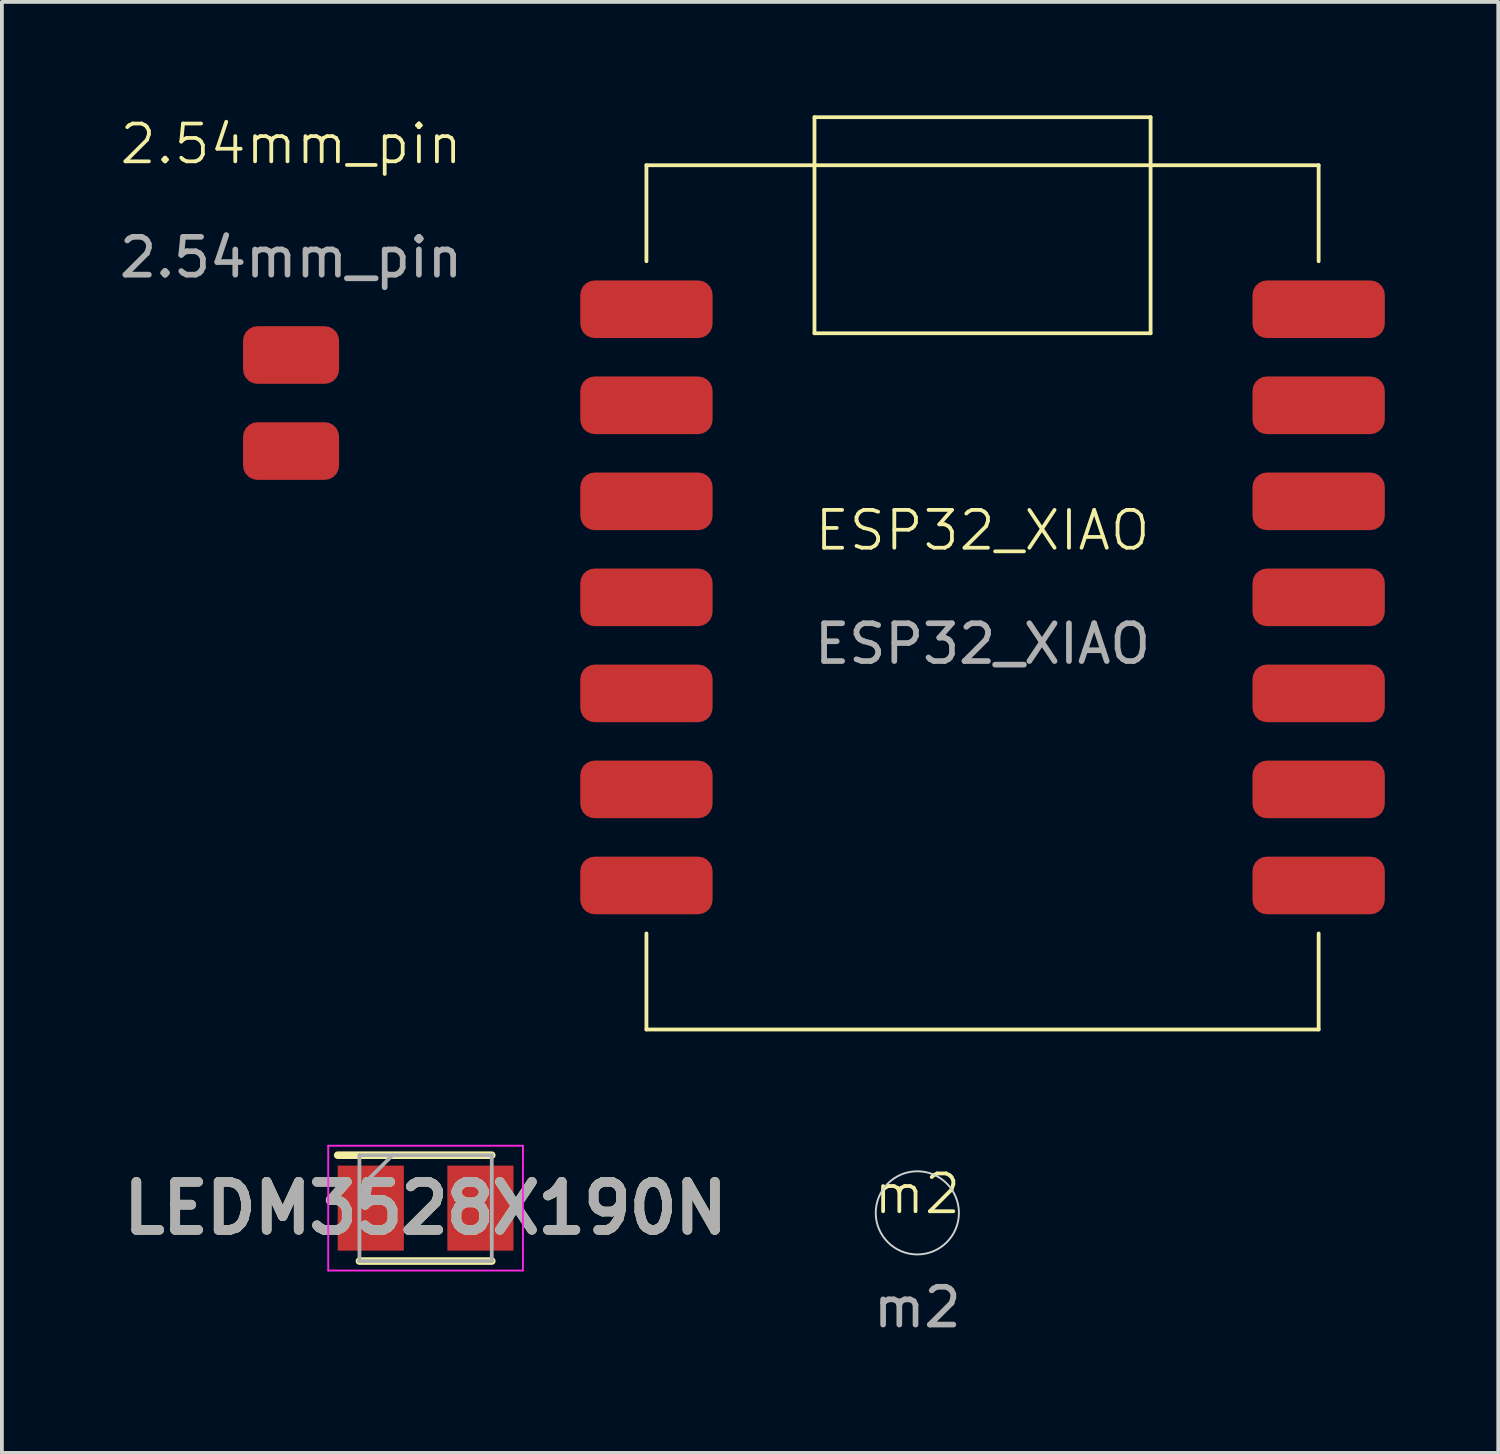
<source format=kicad_pcb>
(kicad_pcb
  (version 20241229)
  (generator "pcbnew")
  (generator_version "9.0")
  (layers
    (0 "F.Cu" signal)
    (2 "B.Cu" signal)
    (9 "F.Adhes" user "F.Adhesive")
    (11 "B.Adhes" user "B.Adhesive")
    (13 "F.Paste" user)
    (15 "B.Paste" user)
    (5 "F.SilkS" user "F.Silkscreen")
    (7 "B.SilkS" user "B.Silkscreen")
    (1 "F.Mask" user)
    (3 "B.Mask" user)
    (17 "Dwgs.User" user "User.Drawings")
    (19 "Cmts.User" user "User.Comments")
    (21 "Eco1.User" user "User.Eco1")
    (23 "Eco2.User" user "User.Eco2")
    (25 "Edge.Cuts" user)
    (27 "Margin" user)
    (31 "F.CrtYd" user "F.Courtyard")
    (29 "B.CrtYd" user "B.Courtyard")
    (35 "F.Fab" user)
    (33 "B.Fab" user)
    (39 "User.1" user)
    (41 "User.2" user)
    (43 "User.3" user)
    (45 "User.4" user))
  (footprint "LEDM3528X190N"
    (layer "F.Cu")
    (at 8.207 28.905)
    (property "Reference" "LEDM3528X190N" (at 0 0 0) (layer "F.SilkS") (effects (font (size 1.27 1.27) (thickness 0.254))))
    (attr smd)
    (fp_line (start -1.75 1.4) (end 1.75 1.4) (stroke (width 0.2) (type solid)) (layer "F.SilkS"))
    (fp_line (start 1.75 -1.4) (end -2.325 -1.4) (stroke (width 0.2) (type solid)) (layer "F.SilkS"))
    (fp_line (start -2.575 -1.65) (end 2.575 -1.65) (stroke (width 0.05) (type solid)) (layer "F.CrtYd"))
    (fp_line (start -2.575 1.65) (end -2.575 -1.65) (stroke (width 0.05) (type solid)) (layer "F.CrtYd"))
    (fp_line (start 2.575 -1.65) (end 2.575 1.65) (stroke (width 0.05) (type solid)) (layer "F.CrtYd"))
    (fp_line (start 2.575 1.65) (end -2.575 1.65) (stroke (width 0.05) (type solid)) (layer "F.CrtYd"))
    (fp_line (start -1.75 -1.4) (end 1.75 -1.4) (stroke (width 0.1) (type solid)) (layer "F.Fab"))
    (fp_line (start -1.75 -0.525) (end -0.875 -1.4) (stroke (width 0.1) (type solid)) (layer "F.Fab"))
    (fp_line (start -1.75 1.4) (end -1.75 -1.4) (stroke (width 0.1) (type solid)) (layer "F.Fab"))
    (fp_line (start 1.75 -1.4) (end 1.75 1.4) (stroke (width 0.1) (type solid)) (layer "F.Fab"))
    (fp_line (start 1.75 1.4) (end -1.75 1.4) (stroke (width 0.1) (type solid)) (layer "F.Fab"))
    (fp_text user "${REFERENCE}" (at 0 0 0) (layer "F.Fab") (effects (font (size 1.27 1.27) (thickness 0.254))))
    (pad "1" smd rect (at -1.45 0) (size 1.75 2.25) (layers "F.Cu" "F.Mask" "F.Paste"))
    (pad "2" smd rect (at 1.45 0) (size 1.75 2.25) (layers "F.Cu" "F.Mask" "F.Paste")))
  (footprint "ESP32_XIAO"
    (layer "F.Cu")
    (at 22.938 11.48)
    (property "Reference" "ESP32_XIAO" (at 0 -0.5 0) (unlocked yes) (layer "F.SilkS") (effects (font (size 1 1) (thickness 0.1))))
    (attr smd)
    (fp_line (start -8.89 -10.16) (end -8.89 -7.62) (stroke (width 0.1) (type default)) (layer "F.SilkS"))
    (fp_line (start -8.89 -10.16) (end 8.89 -10.16) (stroke (width 0.1) (type default)) (layer "F.SilkS"))
    (fp_line (start -8.89 10.16) (end -8.89 12.7) (stroke (width 0.1) (type default)) (layer "F.SilkS"))
    (fp_line (start -8.89 12.7) (end 8.89 12.7) (stroke (width 0.1) (type default)) (layer "F.SilkS"))
    (fp_line (start -4.445 -11.43) (end 4.445 -11.43) (stroke (width 0.1) (type default)) (layer "F.SilkS"))
    (fp_line (start -4.445 -10.16) (end -4.445 -11.43) (stroke (width 0.1) (type default)) (layer "F.SilkS"))
    (fp_line (start -4.445 -10.16) (end -4.445 -5.715) (stroke (width 0.1) (type default)) (layer "F.SilkS"))
    (fp_line (start -4.445 -5.715) (end 4.445 -5.715) (stroke (width 0.1) (type default)) (layer "F.SilkS"))
    (fp_line (start 4.445 -11.43) (end 4.445 -10.16) (stroke (width 0.1) (type default)) (layer "F.SilkS"))
    (fp_line (start 4.445 -5.715) (end 4.445 -10.16) (stroke (width 0.1) (type default)) (layer "F.SilkS"))
    (fp_line (start 8.89 -10.16) (end 8.89 -7.62) (stroke (width 0.1) (type default)) (layer "F.SilkS"))
    (fp_line (start 8.89 12.7) (end 8.89 10.16) (stroke (width 0.1) (type default)) (layer "F.SilkS"))
    (fp_line (start -8.89 -10.16) (end -8.89 12.7) (stroke (width 0.1) (type default)) (layer "Margin"))
    (fp_line (start -8.89 -10.16) (end -4.445 -10.16) (stroke (width 0.1) (type default)) (layer "Margin"))
    (fp_line (start -8.89 12.7) (end 8.89 12.7) (stroke (width 0.1) (type default)) (layer "Margin"))
    (fp_line (start -4.445 -11.43) (end 4.445 -11.43) (stroke (width 0.1) (type default)) (layer "Margin"))
    (fp_line (start -4.445 -10.16) (end -4.445 -11.43) (stroke (width 0.1) (type default)) (layer "Margin"))
    (fp_line (start 4.445 -11.43) (end 4.445 -10.16) (stroke (width 0.1) (type default)) (layer "Margin"))
    (fp_line (start 4.445 -10.16) (end 8.89 -10.16) (stroke (width 0.1) (type default)) (layer "Margin"))
    (fp_line (start 8.89 12.7) (end 8.89 -10.16) (stroke (width 0.1) (type default)) (layer "Margin"))
    (fp_text user "${REFERENCE}" (at 0 2.5 0) (unlocked yes) (layer "F.Fab") (effects (font (size 1 1) (thickness 0.15))))
    (pad "1" smd roundrect (at 8.89 -6.35) (size 3.5 1.524) (layers "F.Cu" "F.Mask" "F.Paste") (roundrect_rratio 0.25))
    (pad "2" smd roundrect (at 8.89 -3.81) (size 3.5 1.524) (layers "F.Cu" "F.Mask" "F.Paste") (roundrect_rratio 0.25))
    (pad "3" smd roundrect (at 8.89 -1.27) (size 3.5 1.524) (layers "F.Cu" "F.Mask" "F.Paste") (roundrect_rratio 0.25))
    (pad "4" smd roundrect (at 8.89 1.27) (size 3.5 1.524) (layers "F.Cu" "F.Mask" "F.Paste") (roundrect_rratio 0.25))
    (pad "5" smd roundrect (at 8.89 3.81) (size 3.5 1.524) (layers "F.Cu" "F.Mask" "F.Paste") (roundrect_rratio 0.25))
    (pad "6" smd roundrect (at 8.89 6.35) (size 3.5 1.524) (layers "F.Cu" "F.Mask" "F.Paste") (roundrect_rratio 0.25))
    (pad "7" smd roundrect (at 8.89 8.89) (size 3.5 1.524) (layers "F.Cu" "F.Mask" "F.Paste") (roundrect_rratio 0.25))
    (pad "8" smd roundrect (at -8.89 -6.35) (size 3.5 1.524) (layers "F.Cu" "F.Mask" "F.Paste") (roundrect_rratio 0.25))
    (pad "9" smd roundrect (at -8.89 -3.81) (size 3.5 1.524) (layers "F.Cu" "F.Mask" "F.Paste") (roundrect_rratio 0.25))
    (pad "10" smd roundrect (at -8.89 -1.27) (size 3.5 1.524) (layers "F.Cu" "F.Mask" "F.Paste") (roundrect_rratio 0.25))
    (pad "11" smd roundrect (at -8.89 1.27) (size 3.5 1.524) (layers "F.Cu" "F.Mask" "F.Paste") (roundrect_rratio 0.25))
    (pad "12" smd roundrect (at -8.89 3.81) (size 3.5 1.524) (layers "F.Cu" "F.Mask" "F.Paste") (roundrect_rratio 0.25))
    (pad "13" smd roundrect (at -8.89 6.35) (size 3.5 1.524) (layers "F.Cu" "F.Mask" "F.Paste") (roundrect_rratio 0.25))
    (pad "14" smd roundrect (at -8.89 8.89) (size 3.5 1.524) (layers "F.Cu" "F.Mask" "F.Paste") (roundrect_rratio 0.25)))
  (footprint "m2"
    (layer "F.Cu")
    (at 21.213 29.03)
    (property "Reference" "m2" (at 0 -0.5 0) (unlocked yes) (layer "F.SilkS") (effects (font (size 1 1) (thickness 0.1))))
    (attr through_hole)
    (fp_circle (center 0 0) (end 1.1 0) (stroke (width 0.05) (type default)) (fill no) (layer "Edge.Cuts"))
    (fp_circle (center 0 0) (end 1.75 0) (stroke (width 0.1) (type default)) (fill no) (layer "Margin"))
    (fp_text user "${REFERENCE}" (at 0 2.5 0) (unlocked yes) (layer "F.Fab") (effects (font (size 1 1) (thickness 0.15)))))
  (footprint "2.54mm_pin"
    (layer "F.Cu")
    (at 4.649 1.26)
    (property "Reference" "2.54mm_pin" (at 0 -0.5 0) (unlocked yes) (layer "F.SilkS") (effects (font (size 1 1) (thickness 0.1))))
    (attr smd)
    (fp_text user "${REFERENCE}" (at 0 2.5 0) (unlocked yes) (layer "F.Fab") (effects (font (size 1 1) (thickness 0.15))))
    (pad "1" smd roundrect (at 0 5.08) (size 2.54 1.524) (layers "F.Cu" "F.Mask" "F.Paste") (roundrect_rratio 0.25))
    (pad "2" smd roundrect (at 0 7.62) (size 2.54 1.524) (layers "F.Cu" "F.Mask" "F.Paste") (roundrect_rratio 0.25)))
  (gr_rect
    (start -3 -3)
    (end 36.578 35.378)
    (stroke (width 0.1) (type default))
    (fill no)
    (layer "Edge.Cuts")))
</source>
